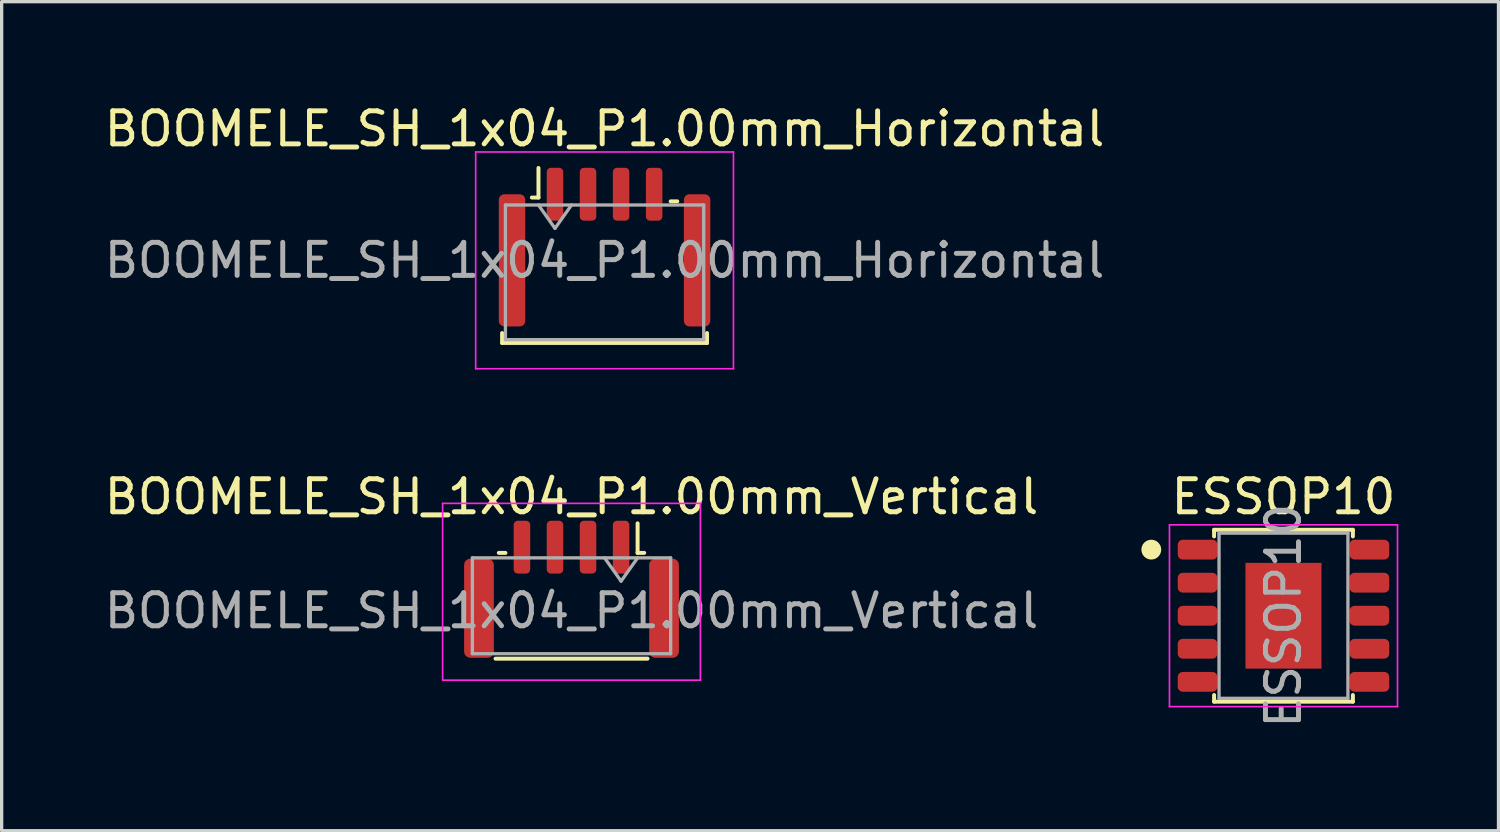
<source format=kicad_pcb>
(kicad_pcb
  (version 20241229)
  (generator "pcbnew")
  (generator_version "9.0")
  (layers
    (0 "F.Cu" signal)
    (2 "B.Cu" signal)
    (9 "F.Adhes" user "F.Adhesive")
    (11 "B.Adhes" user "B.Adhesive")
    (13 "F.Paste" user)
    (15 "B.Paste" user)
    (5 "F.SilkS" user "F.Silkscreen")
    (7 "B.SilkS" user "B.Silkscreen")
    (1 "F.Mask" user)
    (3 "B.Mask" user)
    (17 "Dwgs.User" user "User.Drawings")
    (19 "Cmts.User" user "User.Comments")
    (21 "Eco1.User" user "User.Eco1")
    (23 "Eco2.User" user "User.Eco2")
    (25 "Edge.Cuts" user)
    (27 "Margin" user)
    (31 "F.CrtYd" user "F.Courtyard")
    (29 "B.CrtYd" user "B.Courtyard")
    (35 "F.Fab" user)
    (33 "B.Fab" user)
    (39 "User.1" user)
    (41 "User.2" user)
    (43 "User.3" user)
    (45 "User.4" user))
  (footprint "BOOMELE_SH_1x04_P1.00mm_Vertical"
    (layer "F.Cu")
    (at 14.244 14.431)
    (property "Reference" "BOOMELE_SH_1x04_P1.00mm_Vertical" (at 0 -2.45 0) (layer "F.SilkS") (effects (font (size 1 1) (thickness 0.15))))
    (attr smd)
    (fp_line (start -2.3 2.45) (end 2.3 2.45) (stroke (width 0.12) (type solid)) (layer "F.SilkS"))
    (fp_line (start -2.2 -0.75) (end -2 -0.75) (stroke (width 0.12) (type solid)) (layer "F.SilkS"))
    (fp_line (start 2 -0.75) (end 2 -1.645) (stroke (width 0.12) (type solid)) (layer "F.SilkS"))
    (fp_line (start 2.2 -0.75) (end 2 -0.75) (stroke (width 0.12) (type solid)) (layer "F.SilkS"))
    (fp_line (start -3.9 -2.25) (end -3.9 3.1) (stroke (width 0.05) (type solid)) (layer "F.CrtYd"))
    (fp_line (start -3.9 3.1) (end 3.9 3.1) (stroke (width 0.05) (type solid)) (layer "F.CrtYd"))
    (fp_line (start 3.9 -2.25) (end -3.9 -2.25) (stroke (width 0.05) (type solid)) (layer "F.CrtYd"))
    (fp_line (start 3.9 3.1) (end 3.9 -2.25) (stroke (width 0.05) (type solid)) (layer "F.CrtYd"))
    (fp_line (start -3 -0.6) (end -3 2.3) (stroke (width 0.1) (type solid)) (layer "F.Fab"))
    (fp_line (start -3 -0.6) (end 3 -0.6) (stroke (width 0.1) (type solid)) (layer "F.Fab"))
    (fp_line (start -3 2.3) (end 3 2.3) (stroke (width 0.1) (type solid)) (layer "F.Fab"))
    (fp_line (start 1 -0.6) (end 1.5 0.104) (stroke (width 0.1) (type solid)) (layer "F.Fab"))
    (fp_line (start 1.5 0.104) (end 2 -0.6) (stroke (width 0.1) (type solid)) (layer "F.Fab"))
    (fp_line (start 3 -0.6) (end 3 2.3) (stroke (width 0.1) (type solid)) (layer "F.Fab"))
    (fp_text user "${REFERENCE}" (at 0 1 0) (layer "F.Fab") (effects (font (size 1 1) (thickness 0.15))))
    (pad "1" smd roundrect (at 1.5 -0.924) (size 0.5 1.6) (layers "F.Cu" "F.Mask" "F.Paste") (roundrect_rratio 0.25))
    (pad "2" smd roundrect (at 0.5 -0.924) (size 0.5 1.6) (layers "F.Cu" "F.Mask" "F.Paste") (roundrect_rratio 0.25))
    (pad "3" smd roundrect (at -0.5 -0.924) (size 0.5 1.6) (layers "F.Cu" "F.Mask" "F.Paste") (roundrect_rratio 0.25))
    (pad "4" smd roundrect (at -1.5 -0.924) (size 0.5 1.6) (layers "F.Cu" "F.Mask" "F.Paste") (roundrect_rratio 0.25))
    (pad "MP" smd roundrect (at -2.8 0.924) (size 0.9 3) (layers "F.Cu" "F.Mask" "F.Paste") (roundrect_rratio 0.208))
    (pad "MP" smd roundrect (at 2.8 0.924) (size 0.9 3) (layers "F.Cu" "F.Mask" "F.Paste") (roundrect_rratio 0.208)))
  (footprint "ESSOP10"
    (layer "F.Cu")
    (at 35.788 15.582)
    (property "Reference" "ESSOP10" (at 0 -3.6 0) (unlocked yes) (layer "F.SilkS") (effects (font (size 1 1) (thickness 0.15))))
    (attr smd)
    (fp_line (start -2.1 -2.6) (end -2.1 -2.4) (stroke (width 0.12) (type solid)) (layer "F.SilkS"))
    (fp_line (start -2.1 -2.6) (end 2.1 -2.6) (stroke (width 0.12) (type solid)) (layer "F.SilkS"))
    (fp_line (start -2.1 2.6) (end -2.1 2.4) (stroke (width 0.12) (type solid)) (layer "F.SilkS"))
    (fp_line (start 2.1 -2.6) (end 2.1 -2.4) (stroke (width 0.12) (type solid)) (layer "F.SilkS"))
    (fp_line (start 2.1 2.6) (end -2.1 2.6) (stroke (width 0.12) (type solid)) (layer "F.SilkS"))
    (fp_line (start 2.1 2.6) (end 2.1 2.4) (stroke (width 0.12) (type solid)) (layer "F.SilkS"))
    (fp_circle (center -4 -2) (end -3.85 -2) (stroke (width 0.3) (type solid)) (fill no) (layer "F.SilkS"))
    (fp_line (start -3.45 -2.75) (end -3.45 2.75) (stroke (width 0.05) (type solid)) (layer "F.CrtYd"))
    (fp_line (start -3.45 -2.75) (end 3.45 -2.75) (stroke (width 0.05) (type solid)) (layer "F.CrtYd"))
    (fp_line (start -3.45 2.75) (end 3.45 2.75) (stroke (width 0.05) (type solid)) (layer "F.CrtYd"))
    (fp_line (start 3.45 -2.75) (end 3.45 2.75) (stroke (width 0.05) (type solid)) (layer "F.CrtYd"))
    (fp_line (start -1.95 -2.5) (end 1.95 -2.5) (stroke (width 0.1) (type solid)) (layer "F.Fab"))
    (fp_line (start -1.95 2.5) (end -1.95 -2.5) (stroke (width 0.1) (type solid)) (layer "F.Fab"))
    (fp_line (start 1.95 -2.5) (end 1.95 2.5) (stroke (width 0.1) (type solid)) (layer "F.Fab"))
    (fp_line (start 1.95 2.5) (end -1.95 2.5) (stroke (width 0.1) (type solid)) (layer "F.Fab"))
    (fp_text user "${REFERENCE}" (at 0 0 90) (layer "F.Fab") (effects (font (size 1 1) (thickness 0.15))))
    (pad "" smd roundrect (at -0.55 -0.8) (size 0.9 1.25) (layers "F.Paste") (roundrect_rratio 0.25))
    (pad "" smd roundrect (at -0.55 0.8) (size 0.9 1.25) (layers "F.Paste") (roundrect_rratio 0.25))
    (pad "" smd roundrect (at 0.55 -0.8) (size 0.9 1.25) (layers "F.Paste") (roundrect_rratio 0.25))
    (pad "" smd roundrect (at 0.55 0.8) (size 0.9 1.25) (layers "F.Paste") (roundrect_rratio 0.25))
    (pad "1" smd roundrect (at -2.6 -2) (size 1.2 0.6) (layers "F.Cu" "F.Mask" "F.Paste") (roundrect_rratio 0.25))
    (pad "2" smd roundrect (at -2.6 -1) (size 1.2 0.6) (layers "F.Cu" "F.Mask" "F.Paste") (roundrect_rratio 0.25))
    (pad "3" smd roundrect (at -2.6 0) (size 1.2 0.6) (layers "F.Cu" "F.Mask" "F.Paste") (roundrect_rratio 0.25))
    (pad "4" smd roundrect (at -2.6 1) (size 1.2 0.6) (layers "F.Cu" "F.Mask" "F.Paste") (roundrect_rratio 0.25))
    (pad "5" smd roundrect (at -2.6 2) (size 1.2 0.6) (layers "F.Cu" "F.Mask" "F.Paste") (roundrect_rratio 0.25))
    (pad "6" smd roundrect (at 2.6 2) (size 1.2 0.6) (layers "F.Cu" "F.Mask" "F.Paste") (roundrect_rratio 0.25))
    (pad "7" smd roundrect (at 2.6 1) (size 1.2 0.6) (layers "F.Cu" "F.Mask" "F.Paste") (roundrect_rratio 0.25))
    (pad "8" smd roundrect (at 2.6 0) (size 1.2 0.6) (layers "F.Cu" "F.Mask" "F.Paste") (roundrect_rratio 0.25))
    (pad "9" smd roundrect (at 2.6 -1) (size 1.2 0.6) (layers "F.Cu" "F.Mask" "F.Paste") (roundrect_rratio 0.25))
    (pad "10" smd roundrect (at 2.6 -2) (size 1.2 0.6) (layers "F.Cu" "F.Mask" "F.Paste") (roundrect_rratio 0.25))
    (pad "11" smd rect (at 0 0) (size 2.3 3.2) (layers "F.Cu" "F.Mask")))
  (footprint "BOOMELE_SH_1x04_P1.00mm_Horizontal"
    (layer "F.Cu")
    (at 15.244 3.828)
    (property "Reference" "BOOMELE_SH_1x04_P1.00mm_Horizontal" (at 0 -2.98 0) (layer "F.SilkS") (effects (font (size 1 1) (thickness 0.15))))
    (attr smd)
    (fp_line (start -3.1 3.5) (end -3.1 3.2) (stroke (width 0.12) (type solid)) (layer "F.SilkS"))
    (fp_line (start -3.1 3.5) (end 3.1 3.5) (stroke (width 0.12) (type solid)) (layer "F.SilkS"))
    (fp_line (start -2.2 -0.9) (end -2 -0.9) (stroke (width 0.12) (type solid)) (layer "F.SilkS"))
    (fp_line (start -2 -0.9) (end -2 -1.795) (stroke (width 0.12) (type solid)) (layer "F.SilkS"))
    (fp_line (start 2.2 -0.785) (end 2 -0.785) (stroke (width 0.12) (type solid)) (layer "F.SilkS"))
    (fp_line (start 3.1 3.5) (end 3.1 3.2) (stroke (width 0.12) (type solid)) (layer "F.SilkS"))
    (fp_line (start -3.9 -2.28) (end -3.9 4.28) (stroke (width 0.05) (type solid)) (layer "F.CrtYd"))
    (fp_line (start -3.9 4.28) (end 3.9 4.28) (stroke (width 0.05) (type solid)) (layer "F.CrtYd"))
    (fp_line (start 3.9 -2.28) (end -3.9 -2.28) (stroke (width 0.05) (type solid)) (layer "F.CrtYd"))
    (fp_line (start 3.9 4.28) (end 3.9 -2.28) (stroke (width 0.05) (type solid)) (layer "F.CrtYd"))
    (fp_line (start -3 -0.675) (end -3 3.4) (stroke (width 0.1) (type solid)) (layer "F.Fab"))
    (fp_line (start -3 -0.675) (end 3 -0.675) (stroke (width 0.1) (type solid)) (layer "F.Fab"))
    (fp_line (start -3 3.4) (end 3 3.4) (stroke (width 0.1) (type solid)) (layer "F.Fab"))
    (fp_line (start -2 -0.675) (end -1.5 0.032) (stroke (width 0.1) (type solid)) (layer "F.Fab"))
    (fp_line (start -1.5 0.032) (end -1 -0.675) (stroke (width 0.1) (type solid)) (layer "F.Fab"))
    (fp_line (start 3 -0.675) (end 3 3.4) (stroke (width 0.1) (type solid)) (layer "F.Fab"))
    (fp_text user "${REFERENCE}" (at 0 1 0) (layer "F.Fab") (effects (font (size 1 1) (thickness 0.15))))
    (pad "1" smd roundrect (at -1.5 -1) (size 0.5 1.6) (layers "F.Cu" "F.Mask" "F.Paste") (roundrect_rratio 0.25))
    (pad "2" smd roundrect (at -0.5 -1) (size 0.5 1.6) (layers "F.Cu" "F.Mask" "F.Paste") (roundrect_rratio 0.25))
    (pad "3" smd roundrect (at 0.5 -1) (size 0.5 1.6) (layers "F.Cu" "F.Mask" "F.Paste") (roundrect_rratio 0.25))
    (pad "4" smd roundrect (at 1.5 -1) (size 0.5 1.6) (layers "F.Cu" "F.Mask" "F.Paste") (roundrect_rratio 0.25))
    (pad "MP" smd roundrect (at -2.8 1) (size 0.8 4) (layers "F.Cu" "F.Mask" "F.Paste") (roundrect_rratio 0.208))
    (pad "MP" smd roundrect (at 2.8 1) (size 0.8 4) (layers "F.Cu" "F.Mask" "F.Paste") (roundrect_rratio 0.208)))
  (gr_rect
    (start -3 -3)
    (end 42.294 22.087)
    (stroke (width 0.1) (type default))
    (fill no)
    (layer "Edge.Cuts")))
</source>
